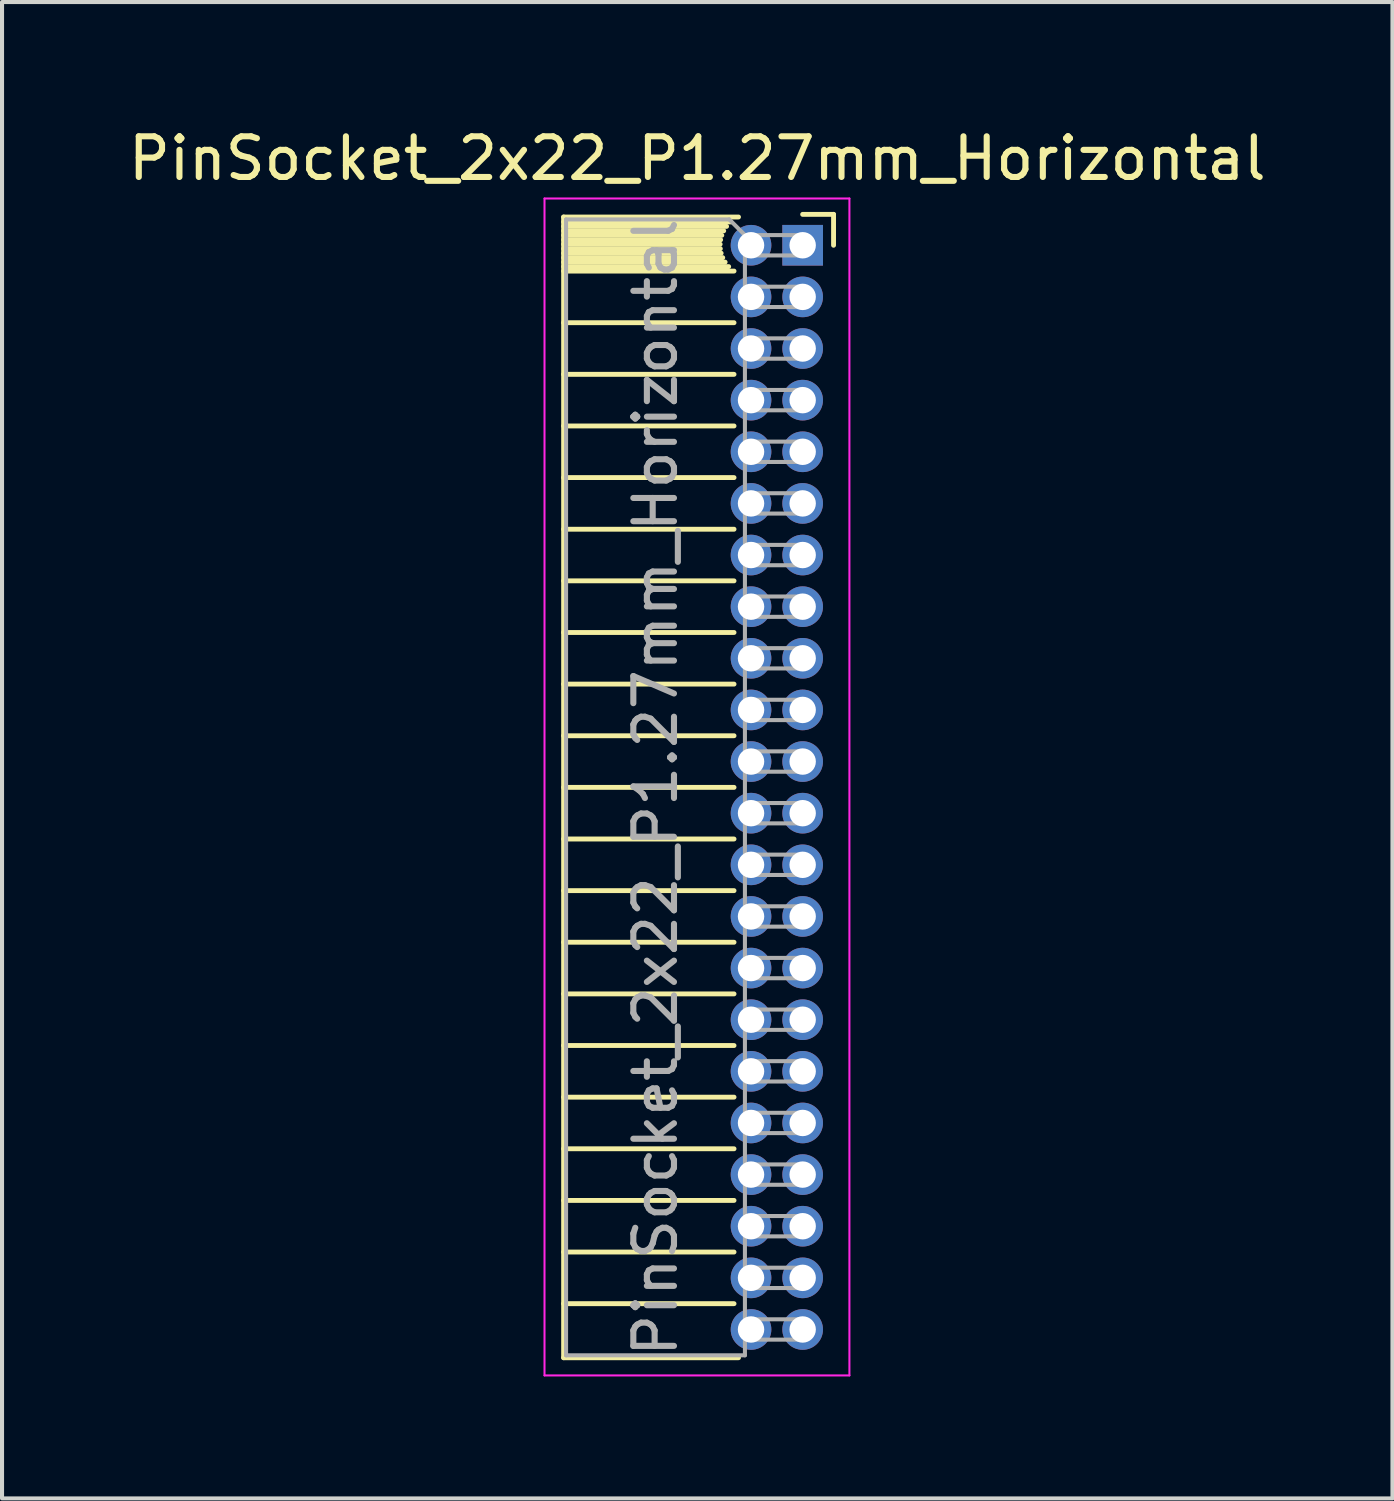
<source format=kicad_pcb>
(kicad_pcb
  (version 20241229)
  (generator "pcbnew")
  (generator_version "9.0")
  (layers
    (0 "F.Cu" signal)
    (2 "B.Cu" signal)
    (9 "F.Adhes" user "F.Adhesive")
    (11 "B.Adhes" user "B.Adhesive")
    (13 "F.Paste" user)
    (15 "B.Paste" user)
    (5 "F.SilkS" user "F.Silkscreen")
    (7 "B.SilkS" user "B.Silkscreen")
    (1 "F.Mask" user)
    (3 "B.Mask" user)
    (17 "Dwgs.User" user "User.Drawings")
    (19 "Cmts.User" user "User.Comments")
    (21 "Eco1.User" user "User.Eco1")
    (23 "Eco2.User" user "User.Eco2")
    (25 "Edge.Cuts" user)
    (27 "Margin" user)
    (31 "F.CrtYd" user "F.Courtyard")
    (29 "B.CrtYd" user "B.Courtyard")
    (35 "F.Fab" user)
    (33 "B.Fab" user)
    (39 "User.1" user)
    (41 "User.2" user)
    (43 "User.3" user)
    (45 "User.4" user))
  (footprint "PinSocket_2x22_P1.27mm_Horizontal"
    (layer "F.Cu")
    (at 16.694 2.983)
    (property "Reference" "PinSocket_2x22_P1.27mm_Horizontal" (at -2.592 -2.135 0) (layer "F.SilkS") (effects (font (size 1 1) (thickness 0.15))))
    (attr through_hole)
    (fp_line (start -5.88 -0.695) (end -5.88 27.365) (stroke (width 0.12) (type solid)) (layer "F.SilkS"))
    (fp_line (start -5.88 -0.695) (end -1.578 -0.695) (stroke (width 0.12) (type solid)) (layer "F.SilkS"))
    (fp_line (start -5.88 -0.575) (end -1.767 -0.575) (stroke (width 0.12) (type solid)) (layer "F.SilkS"))
    (fp_line (start -5.88 -0.465) (end -1.871 -0.465) (stroke (width 0.12) (type solid)) (layer "F.SilkS"))
    (fp_line (start -5.88 -0.355) (end -1.942 -0.355) (stroke (width 0.12) (type solid)) (layer "F.SilkS"))
    (fp_line (start -5.88 -0.245) (end -1.989 -0.245) (stroke (width 0.12) (type solid)) (layer "F.SilkS"))
    (fp_line (start -5.88 -0.135) (end -2.018 -0.135) (stroke (width 0.12) (type solid)) (layer "F.SilkS"))
    (fp_line (start -5.88 -0.025) (end -2.03 -0.025) (stroke (width 0.12) (type solid)) (layer "F.SilkS"))
    (fp_line (start -5.88 0.085) (end -2.025 0.085) (stroke (width 0.12) (type solid)) (layer "F.SilkS"))
    (fp_line (start -5.88 0.195) (end -2.005 0.195) (stroke (width 0.12) (type solid)) (layer "F.SilkS"))
    (fp_line (start -5.88 0.305) (end -1.966 0.305) (stroke (width 0.12) (type solid)) (layer "F.SilkS"))
    (fp_line (start -5.88 0.415) (end -1.907 0.415) (stroke (width 0.12) (type solid)) (layer "F.SilkS"))
    (fp_line (start -5.88 0.525) (end -1.82 0.525) (stroke (width 0.12) (type solid)) (layer "F.SilkS"))
    (fp_line (start -5.88 0.635) (end -1.688 0.635) (stroke (width 0.12) (type solid)) (layer "F.SilkS"))
    (fp_line (start -5.88 1.905) (end -1.688 1.905) (stroke (width 0.12) (type solid)) (layer "F.SilkS"))
    (fp_line (start -5.88 3.175) (end -1.688 3.175) (stroke (width 0.12) (type solid)) (layer "F.SilkS"))
    (fp_line (start -5.88 4.445) (end -1.688 4.445) (stroke (width 0.12) (type solid)) (layer "F.SilkS"))
    (fp_line (start -5.88 5.715) (end -1.688 5.715) (stroke (width 0.12) (type solid)) (layer "F.SilkS"))
    (fp_line (start -5.88 6.985) (end -1.688 6.985) (stroke (width 0.12) (type solid)) (layer "F.SilkS"))
    (fp_line (start -5.88 8.255) (end -1.688 8.255) (stroke (width 0.12) (type solid)) (layer "F.SilkS"))
    (fp_line (start -5.88 9.525) (end -1.688 9.525) (stroke (width 0.12) (type solid)) (layer "F.SilkS"))
    (fp_line (start -5.88 10.795) (end -1.688 10.795) (stroke (width 0.12) (type solid)) (layer "F.SilkS"))
    (fp_line (start -5.88 12.065) (end -1.688 12.065) (stroke (width 0.12) (type solid)) (layer "F.SilkS"))
    (fp_line (start -5.88 13.335) (end -1.688 13.335) (stroke (width 0.12) (type solid)) (layer "F.SilkS"))
    (fp_line (start -5.88 14.605) (end -1.688 14.605) (stroke (width 0.12) (type solid)) (layer "F.SilkS"))
    (fp_line (start -5.88 15.875) (end -1.688 15.875) (stroke (width 0.12) (type solid)) (layer "F.SilkS"))
    (fp_line (start -5.88 17.145) (end -1.688 17.145) (stroke (width 0.12) (type solid)) (layer "F.SilkS"))
    (fp_line (start -5.88 18.415) (end -1.688 18.415) (stroke (width 0.12) (type solid)) (layer "F.SilkS"))
    (fp_line (start -5.88 19.685) (end -1.688 19.685) (stroke (width 0.12) (type solid)) (layer "F.SilkS"))
    (fp_line (start -5.88 20.955) (end -1.688 20.955) (stroke (width 0.12) (type solid)) (layer "F.SilkS"))
    (fp_line (start -5.88 22.225) (end -1.688 22.225) (stroke (width 0.12) (type solid)) (layer "F.SilkS"))
    (fp_line (start -5.88 23.495) (end -1.688 23.495) (stroke (width 0.12) (type solid)) (layer "F.SilkS"))
    (fp_line (start -5.88 24.765) (end -1.688 24.765) (stroke (width 0.12) (type solid)) (layer "F.SilkS"))
    (fp_line (start -5.88 26.035) (end -1.688 26.035) (stroke (width 0.12) (type solid)) (layer "F.SilkS"))
    (fp_line (start -5.88 27.365) (end -1.578 27.365) (stroke (width 0.12) (type solid)) (layer "F.SilkS"))
    (fp_line (start 0 -0.76) (end 0.76 -0.76) (stroke (width 0.12) (type solid)) (layer "F.SilkS"))
    (fp_line (start 0.76 -0.76) (end 0.76 0) (stroke (width 0.12) (type solid)) (layer "F.SilkS"))
    (fp_line (start -6.35 -1.15) (end -6.35 27.8) (stroke (width 0.05) (type solid)) (layer "F.CrtYd"))
    (fp_line (start -6.35 27.8) (end 1.15 27.8) (stroke (width 0.05) (type solid)) (layer "F.CrtYd"))
    (fp_line (start 1.15 -1.15) (end -6.35 -1.15) (stroke (width 0.05) (type solid)) (layer "F.CrtYd"))
    (fp_line (start 1.15 27.8) (end 1.15 -1.15) (stroke (width 0.05) (type solid)) (layer "F.CrtYd"))
    (fp_line (start -5.82 -0.635) (end -1.805 -0.635) (stroke (width 0.1) (type solid)) (layer "F.Fab"))
    (fp_line (start -5.82 27.305) (end -5.82 -0.635) (stroke (width 0.1) (type solid)) (layer "F.Fab"))
    (fp_line (start -1.805 -0.635) (end -1.42 -0.25) (stroke (width 0.1) (type solid)) (layer "F.Fab"))
    (fp_line (start -1.42 -0.25) (end -1.42 27.305) (stroke (width 0.1) (type solid)) (layer "F.Fab"))
    (fp_line (start -1.42 0.25) (end 0 0.25) (stroke (width 0.1) (type solid)) (layer "F.Fab"))
    (fp_line (start -1.42 1.52) (end 0 1.52) (stroke (width 0.1) (type solid)) (layer "F.Fab"))
    (fp_line (start -1.42 2.79) (end 0 2.79) (stroke (width 0.1) (type solid)) (layer "F.Fab"))
    (fp_line (start -1.42 4.06) (end 0 4.06) (stroke (width 0.1) (type solid)) (layer "F.Fab"))
    (fp_line (start -1.42 5.33) (end 0 5.33) (stroke (width 0.1) (type solid)) (layer "F.Fab"))
    (fp_line (start -1.42 6.6) (end 0 6.6) (stroke (width 0.1) (type solid)) (layer "F.Fab"))
    (fp_line (start -1.42 7.87) (end 0 7.87) (stroke (width 0.1) (type solid)) (layer "F.Fab"))
    (fp_line (start -1.42 9.14) (end 0 9.14) (stroke (width 0.1) (type solid)) (layer "F.Fab"))
    (fp_line (start -1.42 10.41) (end 0 10.41) (stroke (width 0.1) (type solid)) (layer "F.Fab"))
    (fp_line (start -1.42 11.68) (end 0 11.68) (stroke (width 0.1) (type solid)) (layer "F.Fab"))
    (fp_line (start -1.42 12.95) (end 0 12.95) (stroke (width 0.1) (type solid)) (layer "F.Fab"))
    (fp_line (start -1.42 14.22) (end 0 14.22) (stroke (width 0.1) (type solid)) (layer "F.Fab"))
    (fp_line (start -1.42 15.49) (end 0 15.49) (stroke (width 0.1) (type solid)) (layer "F.Fab"))
    (fp_line (start -1.42 16.76) (end 0 16.76) (stroke (width 0.1) (type solid)) (layer "F.Fab"))
    (fp_line (start -1.42 18.03) (end 0 18.03) (stroke (width 0.1) (type solid)) (layer "F.Fab"))
    (fp_line (start -1.42 19.3) (end 0 19.3) (stroke (width 0.1) (type solid)) (layer "F.Fab"))
    (fp_line (start -1.42 20.57) (end 0 20.57) (stroke (width 0.1) (type solid)) (layer "F.Fab"))
    (fp_line (start -1.42 21.84) (end 0 21.84) (stroke (width 0.1) (type solid)) (layer "F.Fab"))
    (fp_line (start -1.42 23.11) (end 0 23.11) (stroke (width 0.1) (type solid)) (layer "F.Fab"))
    (fp_line (start -1.42 24.38) (end 0 24.38) (stroke (width 0.1) (type solid)) (layer "F.Fab"))
    (fp_line (start -1.42 25.65) (end 0 25.65) (stroke (width 0.1) (type solid)) (layer "F.Fab"))
    (fp_line (start -1.42 26.92) (end 0 26.92) (stroke (width 0.1) (type solid)) (layer "F.Fab"))
    (fp_line (start -1.42 27.305) (end -5.82 27.305) (stroke (width 0.1) (type solid)) (layer "F.Fab"))
    (fp_line (start 0 -0.25) (end -1.42 -0.25) (stroke (width 0.1) (type solid)) (layer "F.Fab"))
    (fp_line (start 0 0.25) (end 0 -0.25) (stroke (width 0.1) (type solid)) (layer "F.Fab"))
    (fp_line (start 0 1.02) (end -1.42 1.02) (stroke (width 0.1) (type solid)) (layer "F.Fab"))
    (fp_line (start 0 1.52) (end 0 1.02) (stroke (width 0.1) (type solid)) (layer "F.Fab"))
    (fp_line (start 0 2.29) (end -1.42 2.29) (stroke (width 0.1) (type solid)) (layer "F.Fab"))
    (fp_line (start 0 2.79) (end 0 2.29) (stroke (width 0.1) (type solid)) (layer "F.Fab"))
    (fp_line (start 0 3.56) (end -1.42 3.56) (stroke (width 0.1) (type solid)) (layer "F.Fab"))
    (fp_line (start 0 4.06) (end 0 3.56) (stroke (width 0.1) (type solid)) (layer "F.Fab"))
    (fp_line (start 0 4.83) (end -1.42 4.83) (stroke (width 0.1) (type solid)) (layer "F.Fab"))
    (fp_line (start 0 5.33) (end 0 4.83) (stroke (width 0.1) (type solid)) (layer "F.Fab"))
    (fp_line (start 0 6.1) (end -1.42 6.1) (stroke (width 0.1) (type solid)) (layer "F.Fab"))
    (fp_line (start 0 6.6) (end 0 6.1) (stroke (width 0.1) (type solid)) (layer "F.Fab"))
    (fp_line (start 0 7.37) (end -1.42 7.37) (stroke (width 0.1) (type solid)) (layer "F.Fab"))
    (fp_line (start 0 7.87) (end 0 7.37) (stroke (width 0.1) (type solid)) (layer "F.Fab"))
    (fp_line (start 0 8.64) (end -1.42 8.64) (stroke (width 0.1) (type solid)) (layer "F.Fab"))
    (fp_line (start 0 9.14) (end 0 8.64) (stroke (width 0.1) (type solid)) (layer "F.Fab"))
    (fp_line (start 0 9.91) (end -1.42 9.91) (stroke (width 0.1) (type solid)) (layer "F.Fab"))
    (fp_line (start 0 10.41) (end 0 9.91) (stroke (width 0.1) (type solid)) (layer "F.Fab"))
    (fp_line (start 0 11.18) (end -1.42 11.18) (stroke (width 0.1) (type solid)) (layer "F.Fab"))
    (fp_line (start 0 11.68) (end 0 11.18) (stroke (width 0.1) (type solid)) (layer "F.Fab"))
    (fp_line (start 0 12.45) (end -1.42 12.45) (stroke (width 0.1) (type solid)) (layer "F.Fab"))
    (fp_line (start 0 12.95) (end 0 12.45) (stroke (width 0.1) (type solid)) (layer "F.Fab"))
    (fp_line (start 0 13.72) (end -1.42 13.72) (stroke (width 0.1) (type solid)) (layer "F.Fab"))
    (fp_line (start 0 14.22) (end 0 13.72) (stroke (width 0.1) (type solid)) (layer "F.Fab"))
    (fp_line (start 0 14.99) (end -1.42 14.99) (stroke (width 0.1) (type solid)) (layer "F.Fab"))
    (fp_line (start 0 15.49) (end 0 14.99) (stroke (width 0.1) (type solid)) (layer "F.Fab"))
    (fp_line (start 0 16.26) (end -1.42 16.26) (stroke (width 0.1) (type solid)) (layer "F.Fab"))
    (fp_line (start 0 16.76) (end 0 16.26) (stroke (width 0.1) (type solid)) (layer "F.Fab"))
    (fp_line (start 0 17.53) (end -1.42 17.53) (stroke (width 0.1) (type solid)) (layer "F.Fab"))
    (fp_line (start 0 18.03) (end 0 17.53) (stroke (width 0.1) (type solid)) (layer "F.Fab"))
    (fp_line (start 0 18.8) (end -1.42 18.8) (stroke (width 0.1) (type solid)) (layer "F.Fab"))
    (fp_line (start 0 19.3) (end 0 18.8) (stroke (width 0.1) (type solid)) (layer "F.Fab"))
    (fp_line (start 0 20.07) (end -1.42 20.07) (stroke (width 0.1) (type solid)) (layer "F.Fab"))
    (fp_line (start 0 20.57) (end 0 20.07) (stroke (width 0.1) (type solid)) (layer "F.Fab"))
    (fp_line (start 0 21.34) (end -1.42 21.34) (stroke (width 0.1) (type solid)) (layer "F.Fab"))
    (fp_line (start 0 21.84) (end 0 21.34) (stroke (width 0.1) (type solid)) (layer "F.Fab"))
    (fp_line (start 0 22.61) (end -1.42 22.61) (stroke (width 0.1) (type solid)) (layer "F.Fab"))
    (fp_line (start 0 23.11) (end 0 22.61) (stroke (width 0.1) (type solid)) (layer "F.Fab"))
    (fp_line (start 0 23.88) (end -1.42 23.88) (stroke (width 0.1) (type solid)) (layer "F.Fab"))
    (fp_line (start 0 24.38) (end 0 23.88) (stroke (width 0.1) (type solid)) (layer "F.Fab"))
    (fp_line (start 0 25.15) (end -1.42 25.15) (stroke (width 0.1) (type solid)) (layer "F.Fab"))
    (fp_line (start 0 25.65) (end 0 25.15) (stroke (width 0.1) (type solid)) (layer "F.Fab"))
    (fp_line (start 0 26.42) (end -1.42 26.42) (stroke (width 0.1) (type solid)) (layer "F.Fab"))
    (fp_line (start 0 26.92) (end 0 26.42) (stroke (width 0.1) (type solid)) (layer "F.Fab"))
    (fp_text user "${REFERENCE}" (at -3.62 13.335 90) (layer "F.Fab") (effects (font (size 1 1) (thickness 0.15))))
    (pad "1" thru_hole rect (at 0 0) (size 1 1) (drill 0.65) (layers "*.Cu" "*.Mask"))
    (pad "2" thru_hole circle (at -1.27 0) (size 1 1) (drill 0.65) (layers "*.Cu" "*.Mask"))
    (pad "3" thru_hole circle (at 0 1.27) (size 1 1) (drill 0.65) (layers "*.Cu" "*.Mask"))
    (pad "4" thru_hole circle (at -1.27 1.27) (size 1 1) (drill 0.65) (layers "*.Cu" "*.Mask"))
    (pad "5" thru_hole circle (at 0 2.54) (size 1 1) (drill 0.65) (layers "*.Cu" "*.Mask"))
    (pad "6" thru_hole circle (at -1.27 2.54) (size 1 1) (drill 0.65) (layers "*.Cu" "*.Mask"))
    (pad "7" thru_hole circle (at 0 3.81) (size 1 1) (drill 0.65) (layers "*.Cu" "*.Mask"))
    (pad "8" thru_hole circle (at -1.27 3.81) (size 1 1) (drill 0.65) (layers "*.Cu" "*.Mask"))
    (pad "9" thru_hole circle (at 0 5.08) (size 1 1) (drill 0.65) (layers "*.Cu" "*.Mask"))
    (pad "10" thru_hole circle (at -1.27 5.08) (size 1 1) (drill 0.65) (layers "*.Cu" "*.Mask"))
    (pad "11" thru_hole circle (at 0 6.35) (size 1 1) (drill 0.65) (layers "*.Cu" "*.Mask"))
    (pad "12" thru_hole circle (at -1.27 6.35) (size 1 1) (drill 0.65) (layers "*.Cu" "*.Mask"))
    (pad "13" thru_hole circle (at 0 7.62) (size 1 1) (drill 0.65) (layers "*.Cu" "*.Mask"))
    (pad "14" thru_hole circle (at -1.27 7.62) (size 1 1) (drill 0.65) (layers "*.Cu" "*.Mask"))
    (pad "15" thru_hole circle (at 0 8.89) (size 1 1) (drill 0.65) (layers "*.Cu" "*.Mask"))
    (pad "16" thru_hole circle (at -1.27 8.89) (size 1 1) (drill 0.65) (layers "*.Cu" "*.Mask"))
    (pad "17" thru_hole circle (at 0 10.16) (size 1 1) (drill 0.65) (layers "*.Cu" "*.Mask"))
    (pad "18" thru_hole circle (at -1.27 10.16) (size 1 1) (drill 0.65) (layers "*.Cu" "*.Mask"))
    (pad "19" thru_hole circle (at 0 11.43) (size 1 1) (drill 0.65) (layers "*.Cu" "*.Mask"))
    (pad "20" thru_hole circle (at -1.27 11.43) (size 1 1) (drill 0.65) (layers "*.Cu" "*.Mask"))
    (pad "21" thru_hole circle (at 0 12.7) (size 1 1) (drill 0.65) (layers "*.Cu" "*.Mask"))
    (pad "22" thru_hole circle (at -1.27 12.7) (size 1 1) (drill 0.65) (layers "*.Cu" "*.Mask"))
    (pad "23" thru_hole circle (at 0 13.97) (size 1 1) (drill 0.65) (layers "*.Cu" "*.Mask"))
    (pad "24" thru_hole circle (at -1.27 13.97) (size 1 1) (drill 0.65) (layers "*.Cu" "*.Mask"))
    (pad "25" thru_hole circle (at 0 15.24) (size 1 1) (drill 0.65) (layers "*.Cu" "*.Mask"))
    (pad "26" thru_hole circle (at -1.27 15.24) (size 1 1) (drill 0.65) (layers "*.Cu" "*.Mask"))
    (pad "27" thru_hole circle (at 0 16.51) (size 1 1) (drill 0.65) (layers "*.Cu" "*.Mask"))
    (pad "28" thru_hole circle (at -1.27 16.51) (size 1 1) (drill 0.65) (layers "*.Cu" "*.Mask"))
    (pad "29" thru_hole circle (at 0 17.78) (size 1 1) (drill 0.65) (layers "*.Cu" "*.Mask"))
    (pad "30" thru_hole circle (at -1.27 17.78) (size 1 1) (drill 0.65) (layers "*.Cu" "*.Mask"))
    (pad "31" thru_hole circle (at 0 19.05) (size 1 1) (drill 0.65) (layers "*.Cu" "*.Mask"))
    (pad "32" thru_hole circle (at -1.27 19.05) (size 1 1) (drill 0.65) (layers "*.Cu" "*.Mask"))
    (pad "33" thru_hole circle (at 0 20.32) (size 1 1) (drill 0.65) (layers "*.Cu" "*.Mask"))
    (pad "34" thru_hole circle (at -1.27 20.32) (size 1 1) (drill 0.65) (layers "*.Cu" "*.Mask"))
    (pad "35" thru_hole circle (at 0 21.59) (size 1 1) (drill 0.65) (layers "*.Cu" "*.Mask"))
    (pad "36" thru_hole circle (at -1.27 21.59) (size 1 1) (drill 0.65) (layers "*.Cu" "*.Mask"))
    (pad "37" thru_hole circle (at 0 22.86) (size 1 1) (drill 0.65) (layers "*.Cu" "*.Mask"))
    (pad "38" thru_hole circle (at -1.27 22.86) (size 1 1) (drill 0.65) (layers "*.Cu" "*.Mask"))
    (pad "39" thru_hole circle (at 0 24.13) (size 1 1) (drill 0.65) (layers "*.Cu" "*.Mask"))
    (pad "40" thru_hole circle (at -1.27 24.13) (size 1 1) (drill 0.65) (layers "*.Cu" "*.Mask"))
    (pad "41" thru_hole circle (at 0 25.4) (size 1 1) (drill 0.65) (layers "*.Cu" "*.Mask"))
    (pad "42" thru_hole circle (at -1.27 25.4) (size 1 1) (drill 0.65) (layers "*.Cu" "*.Mask"))
    (pad "43" thru_hole circle (at 0 26.67) (size 1 1) (drill 0.65) (layers "*.Cu" "*.Mask"))
    (pad "44" thru_hole circle (at -1.27 26.67) (size 1 1) (drill 0.65) (layers "*.Cu" "*.Mask")))
  (gr_rect
    (start -3 -3)
    (end 31.202 33.808)
    (stroke (width 0.1) (type default))
    (fill no)
    (layer "Edge.Cuts")))
</source>
